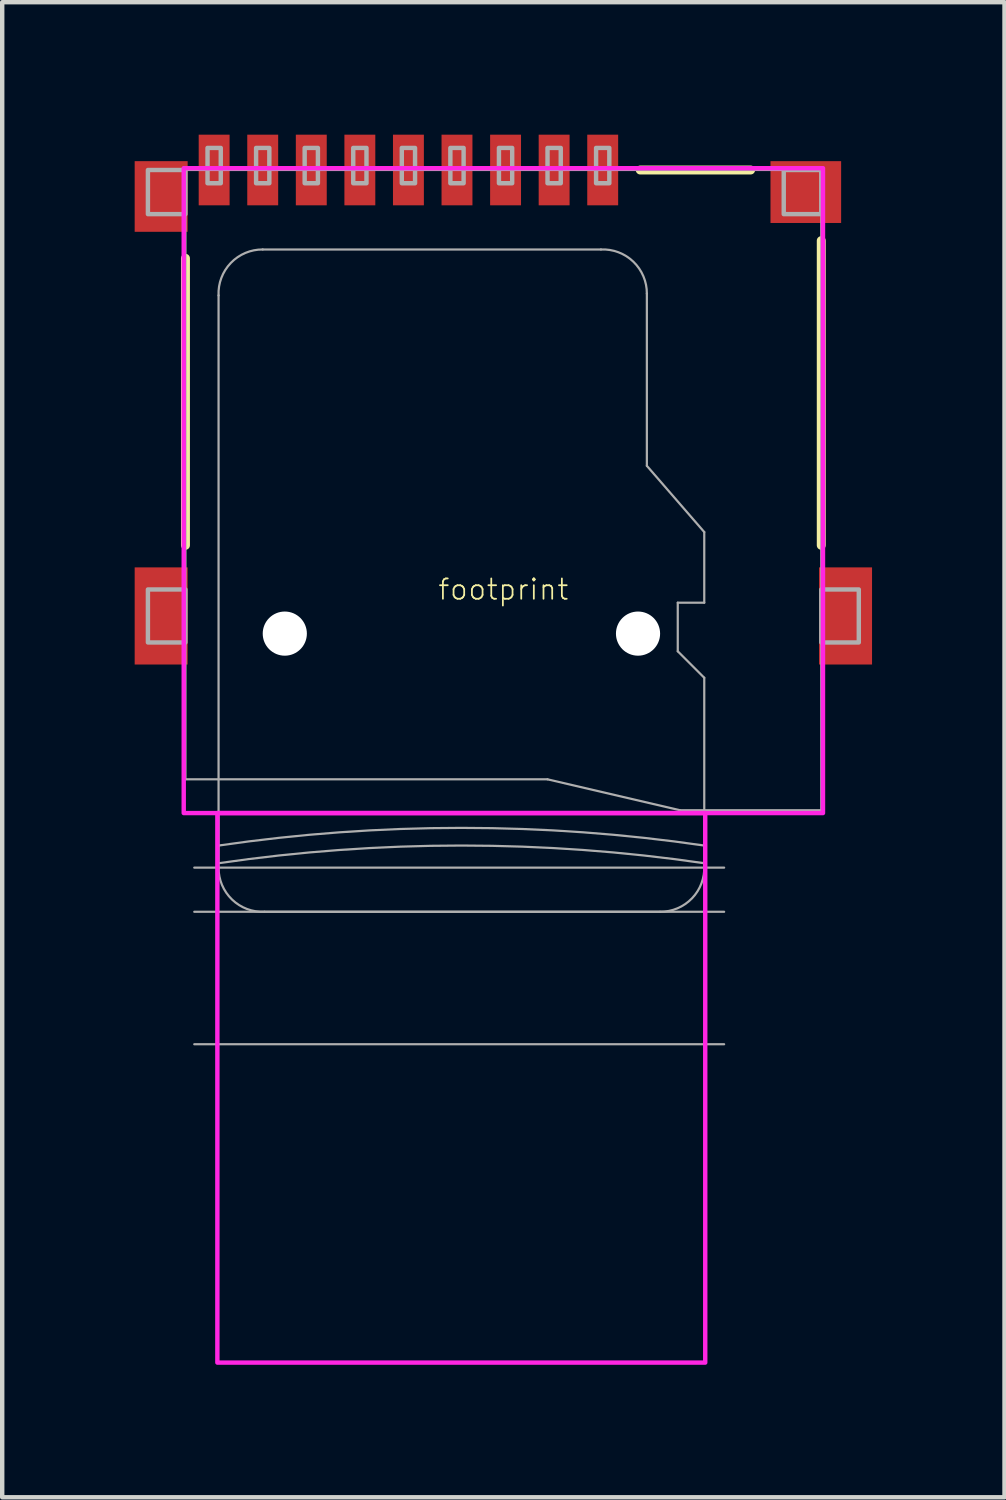
<source format=kicad_pcb>
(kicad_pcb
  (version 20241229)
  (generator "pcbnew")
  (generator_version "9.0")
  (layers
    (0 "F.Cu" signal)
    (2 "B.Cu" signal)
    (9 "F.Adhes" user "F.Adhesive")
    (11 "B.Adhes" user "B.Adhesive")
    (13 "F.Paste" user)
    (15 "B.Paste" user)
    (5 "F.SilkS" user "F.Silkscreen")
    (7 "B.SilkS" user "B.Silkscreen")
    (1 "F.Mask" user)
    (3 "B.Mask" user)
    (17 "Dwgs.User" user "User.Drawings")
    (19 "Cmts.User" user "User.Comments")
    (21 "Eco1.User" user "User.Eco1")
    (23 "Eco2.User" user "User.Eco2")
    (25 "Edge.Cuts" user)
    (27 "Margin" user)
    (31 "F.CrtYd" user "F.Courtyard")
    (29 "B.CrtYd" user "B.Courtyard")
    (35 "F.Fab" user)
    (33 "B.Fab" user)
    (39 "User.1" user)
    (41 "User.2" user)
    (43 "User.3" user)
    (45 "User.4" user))
  (footprint "footprint"
    (layer "F.Cu")
    (at 8.35 11.3)
    (property "Reference" "footprint" (at 0 -1 0) (layer "F.SilkS") (effects (font (size 0.46 0.46) (thickness 0.04))))
    (fp_line (start -7.2 -2) (end -7.2 -8.5) (stroke (width 0.203) (type solid)) (layer "F.SilkS"))
    (fp_line (start 3.1 -10.5) (end 5.6 -10.5) (stroke (width 0.203) (type solid)) (layer "F.SilkS"))
    (fp_line (start 7.2 -8.9) (end 7.2 -2) (stroke (width 0.203) (type solid)) (layer "F.SilkS"))
    (fp_poly (pts (xy -7.239 4.064) (xy 7.239 4.064) (xy 7.239 -10.541) (xy -7.239 -10.541)) (stroke (width 0.1) (type solid)) (fill no) (layer "F.CrtYd"))
    (fp_poly (pts (xy -6.477 16.51) (xy 4.572 16.51) (xy 4.572 4.064) (xy -6.477 4.064)) (stroke (width 0.1) (type solid)) (fill no) (layer "F.CrtYd"))
    (fp_line (start -7.2 -10.5) (end 7.2 -10.5) (stroke (width 0.05) (type solid)) (layer "F.Fab"))
    (fp_line (start -7.2 3.3) (end -7.2 -10.5) (stroke (width 0.05) (type solid)) (layer "F.Fab"))
    (fp_line (start -6.45 -7.66) (end -6.45 4.8) (stroke (width 0.05) (type solid)) (layer "F.Fab"))
    (fp_line (start -6.45 4.8) (end -6.45 5.2) (stroke (width 0.05) (type solid)) (layer "F.Fab"))
    (fp_line (start -6.45 5.2) (end -6.45 5.3) (stroke (width 0.05) (type solid)) (layer "F.Fab"))
    (fp_line (start -5.41 6.3) (end 3.55 6.3) (stroke (width 0.05) (type solid)) (layer "F.Fab"))
    (fp_line (start 1 3.3) (end -7.2 3.3) (stroke (width 0.05) (type solid)) (layer "F.Fab"))
    (fp_line (start 2.21 -8.7) (end -5.45 -8.7) (stroke (width 0.05) (type solid)) (layer "F.Fab"))
    (fp_line (start 3.25 -3.8) (end 3.25 -7.7) (stroke (width 0.05) (type solid)) (layer "F.Fab"))
    (fp_line (start 3.95 -0.7) (end 3.95 0.4) (stroke (width 0.05) (type solid)) (layer "F.Fab"))
    (fp_line (start 3.95 0.4) (end 4.55 1) (stroke (width 0.05) (type solid)) (layer "F.Fab"))
    (fp_line (start 4 4) (end 1 3.3) (stroke (width 0.05) (type solid)) (layer "F.Fab"))
    (fp_line (start 4.55 -2.3) (end 3.25 -3.8) (stroke (width 0.05) (type solid)) (layer "F.Fab"))
    (fp_line (start 4.55 -0.7) (end 3.95 -0.7) (stroke (width 0.05) (type solid)) (layer "F.Fab"))
    (fp_line (start 4.55 -0.7) (end 4.55 -2.3) (stroke (width 0.05) (type solid)) (layer "F.Fab"))
    (fp_line (start 4.55 4.8) (end 4.55 1) (stroke (width 0.05) (type solid)) (layer "F.Fab"))
    (fp_line (start 4.55 5.2) (end 4.55 4.8) (stroke (width 0.05) (type solid)) (layer "F.Fab"))
    (fp_line (start 4.55 5.26) (end 4.55 5.2) (stroke (width 0.05) (type solid)) (layer "F.Fab"))
    (fp_line (start 5 5.3) (end -7 5.3) (stroke (width 0.05) (type solid)) (layer "F.Fab"))
    (fp_line (start 5 6.3) (end -7 6.3) (stroke (width 0.05) (type solid)) (layer "F.Fab"))
    (fp_line (start 5 9.3) (end -7 9.3) (stroke (width 0.05) (type solid)) (layer "F.Fab"))
    (fp_line (start 7.2 -10.5) (end 7.2 4) (stroke (width 0.05) (type solid)) (layer "F.Fab"))
    (fp_line (start 7.2 4) (end 4 4) (stroke (width 0.05) (type solid)) (layer "F.Fab"))
    (fp_arc (start -6.45 -7.66) (mid -6.173012 -8.394435) (end -5.449999 -8.7) (stroke (width 0.05) (type solid)) (layer "F.Fab"))
    (fp_arc (start -6.45 4.8) (mid -0.95 4.399862) (end 4.55 4.8) (stroke (width 0.05) (type solid)) (layer "F.Fab"))
    (fp_arc (start -6.45 5.2) (mid -0.95 4.799862) (end 4.55 5.2) (stroke (width 0.05) (type solid)) (layer "F.Fab"))
    (fp_arc (start -5.41 6.3) (mid -6.144435 6.023012) (end -6.45 5.299999) (stroke (width 0.05) (type solid)) (layer "F.Fab"))
    (fp_arc (start 2.21 -8.7) (mid 2.944435 -8.423012) (end 3.25 -7.699999) (stroke (width 0.05) (type solid)) (layer "F.Fab"))
    (fp_arc (start 4.55 5.26) (mid 4.273012 5.994435) (end 3.549999 6.3) (stroke (width 0.05) (type solid)) (layer "F.Fab"))
    (fp_poly (pts (xy -8.05 -9.5) (xy -7.2 -9.5) (xy -7.2 -10.5) (xy -8.05 -10.5)) (stroke (width 0.1) (type solid)) (fill no) (layer "F.Fab"))
    (fp_poly (pts (xy -8.05 0.2) (xy -7.2 0.2) (xy -7.2 -1) (xy -8.05 -1)) (stroke (width 0.1) (type solid)) (fill no) (layer "F.Fab"))
    (fp_poly (pts (xy -6.7 -10.2) (xy -6.4 -10.2) (xy -6.4 -11) (xy -6.7 -11)) (stroke (width 0.1) (type solid)) (fill no) (layer "F.Fab"))
    (fp_poly (pts (xy -5.6 -10.2) (xy -5.3 -10.2) (xy -5.3 -11) (xy -5.6 -11)) (stroke (width 0.1) (type solid)) (fill no) (layer "F.Fab"))
    (fp_poly (pts (xy -4.5 -10.2) (xy -4.2 -10.2) (xy -4.2 -11) (xy -4.5 -11)) (stroke (width 0.1) (type solid)) (fill no) (layer "F.Fab"))
    (fp_poly (pts (xy -3.4 -10.2) (xy -3.1 -10.2) (xy -3.1 -11) (xy -3.4 -11)) (stroke (width 0.1) (type solid)) (fill no) (layer "F.Fab"))
    (fp_poly (pts (xy -2.3 -10.2) (xy -2 -10.2) (xy -2 -11) (xy -2.3 -11)) (stroke (width 0.1) (type solid)) (fill no) (layer "F.Fab"))
    (fp_poly (pts (xy -1.2 -10.2) (xy -0.9 -10.2) (xy -0.9 -11) (xy -1.2 -11)) (stroke (width 0.1) (type solid)) (fill no) (layer "F.Fab"))
    (fp_poly (pts (xy -0.1 -10.2) (xy 0.2 -10.2) (xy 0.2 -11) (xy -0.1 -11)) (stroke (width 0.1) (type solid)) (fill no) (layer "F.Fab"))
    (fp_poly (pts (xy 1 -10.2) (xy 1.3 -10.2) (xy 1.3 -11) (xy 1 -11)) (stroke (width 0.1) (type solid)) (fill no) (layer "F.Fab"))
    (fp_poly (pts (xy 2.1 -10.2) (xy 2.4 -10.2) (xy 2.4 -11) (xy 2.1 -11)) (stroke (width 0.1) (type solid)) (fill no) (layer "F.Fab"))
    (fp_poly (pts (xy 6.35 -9.5) (xy 7.2 -9.5) (xy 7.2 -10.5) (xy 6.35 -10.5)) (stroke (width 0.1) (type solid)) (fill no) (layer "F.Fab"))
    (fp_poly (pts (xy 8.05 -1) (xy 7.2 -1) (xy 7.2 0.2) (xy 8.05 0.2)) (stroke (width 0.1) (type solid)) (fill no) (layer "F.Fab"))
    (pad "" np_thru_hole circle (at -4.95 0) (size 1 1) (drill 1) (layers "*.Cu" "*.Mask"))
    (pad "" np_thru_hole circle (at 3.05 0) (size 1 1) (drill 1) (layers "*.Cu" "*.Mask"))
    (pad "1" smd rect (at 2.25 -10.5 90) (size 1.6 0.7) (layers "F.Cu" "F.Mask" "F.Paste"))
    (pad "2" smd rect (at 1.15 -10.5 90) (size 1.6 0.7) (layers "F.Cu" "F.Mask" "F.Paste"))
    (pad "3" smd rect (at 0.05 -10.5 90) (size 1.6 0.7) (layers "F.Cu" "F.Mask" "F.Paste"))
    (pad "4" smd rect (at -1.05 -10.5 90) (size 1.6 0.7) (layers "F.Cu" "F.Mask" "F.Paste"))
    (pad "5" smd rect (at -2.15 -10.5 90) (size 1.6 0.7) (layers "F.Cu" "F.Mask" "F.Paste"))
    (pad "6" smd rect (at -3.25 -10.5 90) (size 1.6 0.7) (layers "F.Cu" "F.Mask" "F.Paste"))
    (pad "7" smd rect (at -4.35 -10.5 90) (size 1.6 0.7) (layers "F.Cu" "F.Mask" "F.Paste"))
    (pad "8" smd rect (at -5.45 -10.5 90) (size 1.6 0.7) (layers "F.Cu" "F.Mask" "F.Paste"))
    (pad "9" smd rect (at -6.55 -10.5 90) (size 1.6 0.7) (layers "F.Cu" "F.Mask" "F.Paste"))
    (pad "10" smd rect (at -7.75 -9.9) (size 1.2 1.6) (layers "F.Cu" "F.Mask" "F.Paste"))
    (pad "11" smd rect (at -7.75 -0.4) (size 1.2 2.2) (layers "F.Cu" "F.Mask" "F.Paste"))
    (pad "12" smd rect (at 7.75 -0.4) (size 1.2 2.2) (layers "F.Cu" "F.Mask" "F.Paste"))
    (pad "13" smd rect (at 6.85 -10) (size 1.6 1.4) (layers "F.Cu" "F.Mask" "F.Paste"))
    (zone (net_name "") (layer "F.Cu") (hatch edge 0.508) (connect_pads) (min_thickness 0.254) (filled_areas_thickness no) (keepout (tracks not_allowed) (vias not_allowed) (pads not_allowed) (copperpour not_allowed) (footprints allowed)) (placement (enabled no)) (fill) (polygon (pts (xy 0.65 6.6) (xy 1.35 6.6) (xy 1.35 2.6) (xy 0.65 2.6))))
    (zone (net_name "") (layer "F.Cu") (hatch edge 0.508) (connect_pads) (min_thickness 0.254) (filled_areas_thickness no) (keepout (tracks not_allowed) (vias not_allowed) (pads not_allowed) (copperpour not_allowed) (footprints allowed)) (placement (enabled no)) (fill) (polygon (pts (xy 2.25 7.2) (xy 11.25 7.2) (xy 11.25 5.2) (xy 2.25 5.2)))))
  (gr_rect
    (start -3 -3)
    (end 19.7 30.86)
    (stroke (width 0.1) (type default))
    (fill no)
    (layer "Edge.Cuts")))
</source>
